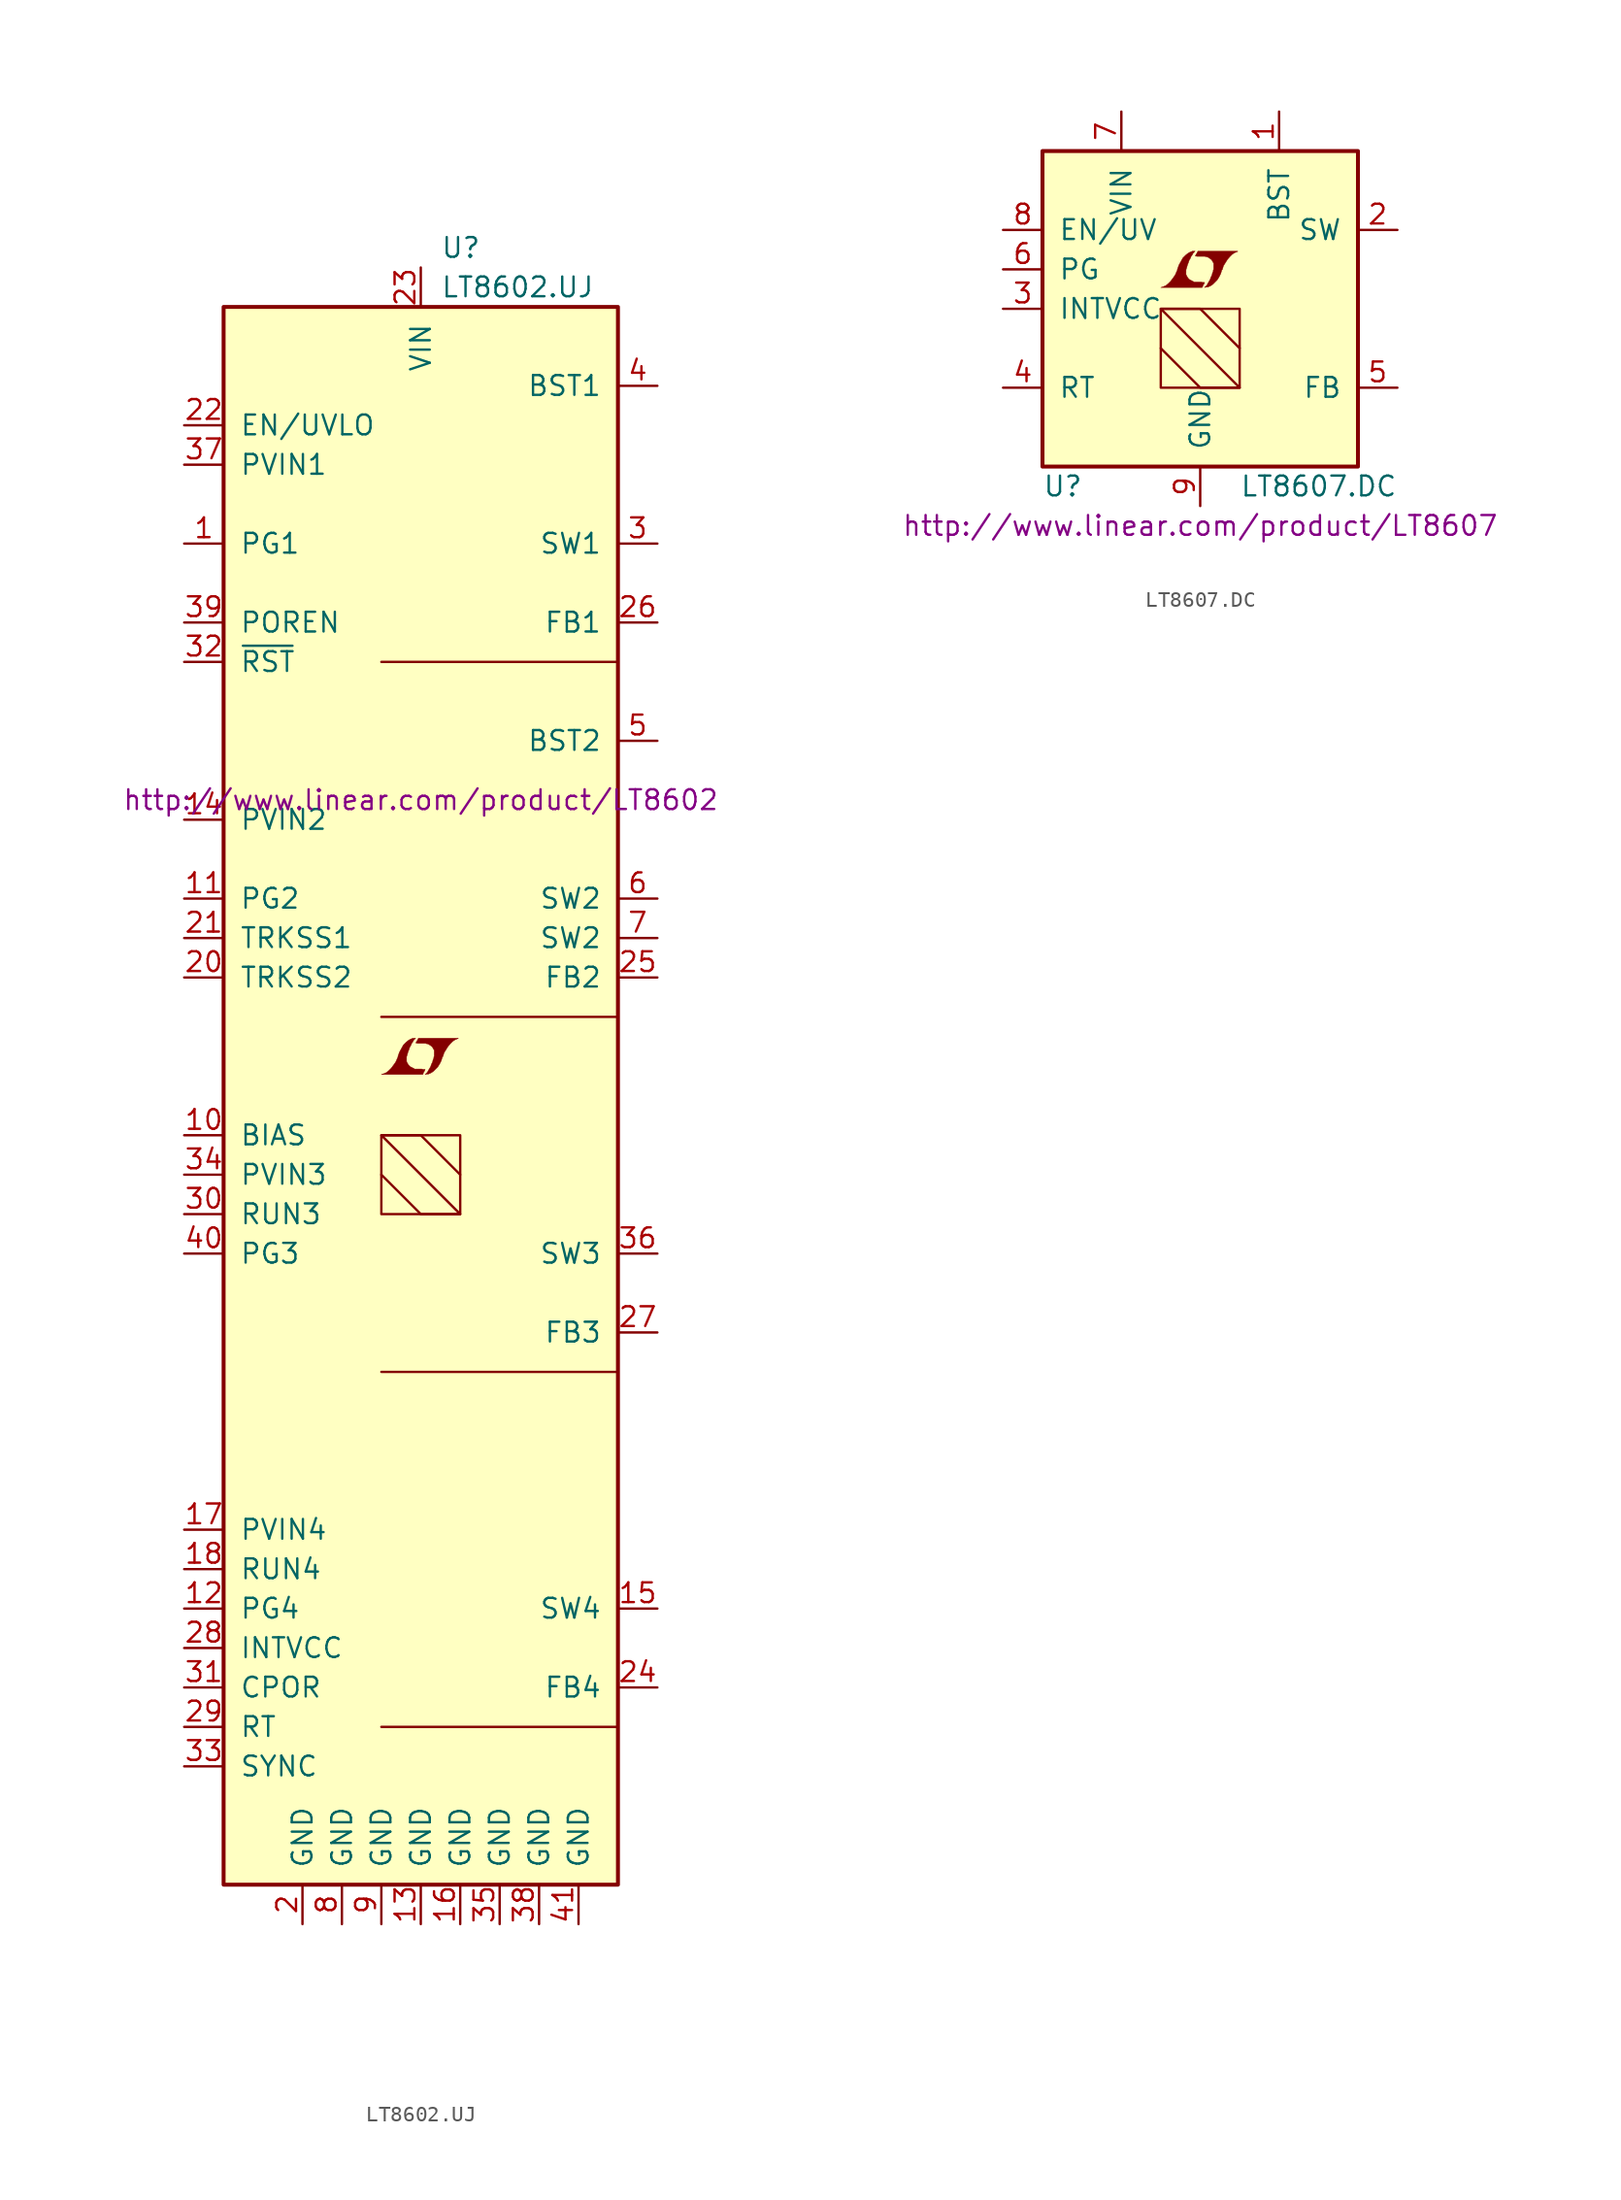
<source format=kicad_sym>
(kicad_symbol_lib
  (version 20201005)
  (generator kicad_symbol_editor)
  (symbol "LT8602.UJ"
    (pin_names
      (offset 1.016))
    (property "Reference" "U"
      (at 1.27 54.61 0)
      (effects (font (size 1.27 1.27)) (justify left)))
    (property "Value" "LT8602.UJ"
      (at 1.27 52.07 0)
      (effects (font (size 1.27 1.27)) (justify left)))
    (property "Datasheet" "http://www.linear.com/product/LT8602"
      (at 0 19.05 0)
      (effects (font (size 1.27 1.27))))
    (symbol "LT8602.UJ_0_0"
      (polyline (pts (xy 0.203 1.549) (xy 0.229 1.575) (xy 0.279 1.676) (xy 0.279 1.702) (xy 0.152 1.702) (xy 0.051 1.727) (xy -0.406 1.727) (xy -0.432 1.753) (xy -0.686 1.88) (xy -0.787 1.981) (xy -0.864 2.108) (xy -0.914 2.21) (xy -0.914 2.515) (xy -0.864 2.667) (xy -0.838 2.769) (xy -0.813 2.845) (xy -0.762 2.972) (xy -0.711 3.124) (xy -0.635 3.251) (xy -0.584 3.378) (xy -0.508 3.48) (xy -0.457 3.581) (xy -0.33 3.708) (xy -0.508 3.708) (xy -0.635 3.658) (xy -0.737 3.607) (xy -0.813 3.556) (xy -0.94 3.454) (xy -1.118 3.277) (xy -1.372 2.819) (xy -1.473 2.54) (xy -1.473 2.489) (xy -1.524 2.388) (xy -1.575 2.261) (xy -1.626 2.159) (xy -1.753 1.981) (xy -1.905 1.778) (xy -2.057 1.626) (xy -2.21 1.499) (xy -2.388 1.422) (xy -2.54 1.372) (xy 0.127 1.372) (xy 0.203 1.549)) (stroke (width 0.025)) (fill (type outline)))
      (polyline (pts (xy 0.406 1.397) (xy 0.483 1.397) (xy 0.66 1.473) (xy 0.813 1.575) (xy 1.092 1.854) (xy 1.219 2.057) (xy 1.321 2.261) (xy 1.397 2.515) (xy 1.422 2.515) (xy 1.499 2.769) (xy 1.753 3.175) (xy 1.905 3.353) (xy 2.057 3.505) (xy 2.21 3.607) (xy 2.388 3.683) (xy 2.413 3.683) (xy 2.413 3.708) (xy -0.152 3.708) (xy -0.229 3.556) (xy -0.254 3.531) (xy -0.305 3.429) (xy -0.33 3.404) (xy -0.279 3.404) (xy -0.229 3.378) (xy 0.305 3.378) (xy 0.356 3.353) (xy 0.406 3.353) (xy 0.483 3.327) (xy 0.61 3.251) (xy 0.737 3.15) (xy 0.813 3.023) (xy 0.838 2.972) (xy 0.864 2.946) (xy 0.864 2.54) (xy 0.838 2.489) (xy 0.838 2.413) (xy 0.787 2.311) (xy 0.762 2.184) (xy 0.686 2.032) (xy 0.635 1.88) (xy 0.483 1.626) (xy 0.432 1.524) (xy 0.279 1.372) (xy 0.406 1.397)) (stroke (width 0.025)) (fill (type outline))))
    (symbol "LT8602.UJ_0_1"
      (rectangle (start -12.7 50.8) (end 12.7 -50.8) (stroke (width 0.254)) (fill (type background)))
      (rectangle (start -2.54 -2.54) (end 2.54 -7.62) (stroke (width 0)) (fill (type none)))
      (polyline (pts (xy 12.7 -40.64) (xy -2.54 -40.64)) (stroke (width 0)) (fill (type none)))
      (polyline (pts (xy 12.7 -17.78) (xy -2.54 -17.78)) (stroke (width 0)) (fill (type none)))
      (polyline (pts (xy 12.7 5.08) (xy -2.54 5.08)) (stroke (width 0)) (fill (type none)))
      (polyline (pts (xy 12.7 27.94) (xy -2.54 27.94)) (stroke (width 0)) (fill (type none)))
      (polyline (pts (xy -2.54 -5.08) (xy 0 -7.62) (xy 2.54 -7.62) (xy -2.54 -2.54) (xy 0 -2.54) (xy 2.54 -5.08)) (stroke (width 0)) (fill (type none))))
    (symbol "LT8602.UJ_1_1"
      (pin open_collector line (at -15.24 35.56 0) (length 2.54) (name "PG1" (effects (font (size 1.27 1.27)))) (number "1" (effects (font (size 1.27 1.27)))))
      (pin passive line (at -15.24 -2.54 0) (length 2.54) (name "BIAS" (effects (font (size 1.27 1.27)))) (number "10" (effects (font (size 1.27 1.27)))))
      (pin open_collector line (at -15.24 12.7 0) (length 2.54) (name "PG2" (effects (font (size 1.27 1.27)))) (number "11" (effects (font (size 1.27 1.27)))))
      (pin open_collector line (at -15.24 -33.02 0) (length 2.54) (name "PG4" (effects (font (size 1.27 1.27)))) (number "12" (effects (font (size 1.27 1.27)))))
      (pin power_in line (at 0 -53.34 90) (length 2.54) (name "GND" (effects (font (size 1.27 1.27)))) (number "13" (effects (font (size 1.27 1.27)))))
      (pin power_in line (at -15.24 17.78 0) (length 2.54) (name "PVIN2" (effects (font (size 1.27 1.27)))) (number "14" (effects (font (size 1.27 1.27)))))
      (pin power_out line (at 15.24 -33.02 180) (length 2.54) (name "SW4" (effects (font (size 1.27 1.27)))) (number "15" (effects (font (size 1.27 1.27)))))
      (pin power_in line (at 2.54 -53.34 90) (length 2.54) (name "GND" (effects (font (size 1.27 1.27)))) (number "16" (effects (font (size 1.27 1.27)))))
      (pin power_in line (at -15.24 -27.94 0) (length 2.54) (name "PVIN4" (effects (font (size 1.27 1.27)))) (number "17" (effects (font (size 1.27 1.27)))))
      (pin input line (at -15.24 -30.48 0) (length 2.54) (name "RUN4" (effects (font (size 1.27 1.27)))) (number "18" (effects (font (size 1.27 1.27)))))
      (pin unconnected line (at -15.24 -45.72 0) (length 2.54) hide (name "NC" (effects (font (size 1.27 1.27)))) (number "19" (effects (font (size 1.27 1.27)))))
      (pin power_in line (at -7.62 -53.34 90) (length 2.54) (name "GND" (effects (font (size 1.27 1.27)))) (number "2" (effects (font (size 1.27 1.27)))))
      (pin passive line (at -15.24 7.62 0) (length 2.54) (name "TRKSS2" (effects (font (size 1.27 1.27)))) (number "20" (effects (font (size 1.27 1.27)))))
      (pin passive line (at -15.24 10.16 0) (length 2.54) (name "TRKSS1" (effects (font (size 1.27 1.27)))) (number "21" (effects (font (size 1.27 1.27)))))
      (pin input line (at -15.24 43.18 0) (length 2.54) (name "EN/UVLO" (effects (font (size 1.27 1.27)))) (number "22" (effects (font (size 1.27 1.27)))))
      (pin power_in line (at 0 53.34 270) (length 2.54) (name "VIN" (effects (font (size 1.27 1.27)))) (number "23" (effects (font (size 1.27 1.27)))))
      (pin input line (at 15.24 -38.1 180) (length 2.54) (name "FB4" (effects (font (size 1.27 1.27)))) (number "24" (effects (font (size 1.27 1.27)))))
      (pin input line (at 15.24 7.62 180) (length 2.54) (name "FB2" (effects (font (size 1.27 1.27)))) (number "25" (effects (font (size 1.27 1.27)))))
      (pin input line (at 15.24 30.48 180) (length 2.54) (name "FB1" (effects (font (size 1.27 1.27)))) (number "26" (effects (font (size 1.27 1.27)))))
      (pin input line (at 15.24 -15.24 180) (length 2.54) (name "FB3" (effects (font (size 1.27 1.27)))) (number "27" (effects (font (size 1.27 1.27)))))
      (pin passive line (at -15.24 -35.56 0) (length 2.54) (name "INTVCC" (effects (font (size 1.27 1.27)))) (number "28" (effects (font (size 1.27 1.27)))))
      (pin passive line (at -15.24 -40.64 0) (length 2.54) (name "RT" (effects (font (size 1.27 1.27)))) (number "29" (effects (font (size 1.27 1.27)))))
      (pin power_out line (at 15.24 35.56 180) (length 2.54) (name "SW1" (effects (font (size 1.27 1.27)))) (number "3" (effects (font (size 1.27 1.27)))))
      (pin input line (at -15.24 -7.62 0) (length 2.54) (name "RUN3" (effects (font (size 1.27 1.27)))) (number "30" (effects (font (size 1.27 1.27)))))
      (pin passive line (at -15.24 -38.1 0) (length 2.54) (name "CPOR" (effects (font (size 1.27 1.27)))) (number "31" (effects (font (size 1.27 1.27)))))
      (pin open_collector line (at -15.24 27.94 0) (length 2.54) (name "~RST~" (effects (font (size 1.27 1.27)))) (number "32" (effects (font (size 1.27 1.27)))))
      (pin input line (at -15.24 -43.18 0) (length 2.54) (name "SYNC" (effects (font (size 1.27 1.27)))) (number "33" (effects (font (size 1.27 1.27)))))
      (pin power_in line (at -15.24 -5.08 0) (length 2.54) (name "PVIN3" (effects (font (size 1.27 1.27)))) (number "34" (effects (font (size 1.27 1.27)))))
      (pin power_in line (at 5.08 -53.34 90) (length 2.54) (name "GND" (effects (font (size 1.27 1.27)))) (number "35" (effects (font (size 1.27 1.27)))))
      (pin power_out line (at 15.24 -10.16 180) (length 2.54) (name "SW3" (effects (font (size 1.27 1.27)))) (number "36" (effects (font (size 1.27 1.27)))))
      (pin power_in line (at -15.24 40.64 0) (length 2.54) (name "PVIN1" (effects (font (size 1.27 1.27)))) (number "37" (effects (font (size 1.27 1.27)))))
      (pin power_in line (at 7.62 -53.34 90) (length 2.54) (name "GND" (effects (font (size 1.27 1.27)))) (number "38" (effects (font (size 1.27 1.27)))))
      (pin input line (at -15.24 30.48 0) (length 2.54) (name "POREN" (effects (font (size 1.27 1.27)))) (number "39" (effects (font (size 1.27 1.27)))))
      (pin passive line (at 15.24 45.72 180) (length 2.54) (name "BST1" (effects (font (size 1.27 1.27)))) (number "4" (effects (font (size 1.27 1.27)))))
      (pin open_collector line (at -15.24 -10.16 0) (length 2.54) (name "PG3" (effects (font (size 1.27 1.27)))) (number "40" (effects (font (size 1.27 1.27)))))
      (pin power_in line (at 10.16 -53.34 90) (length 2.54) (name "GND" (effects (font (size 1.27 1.27)))) (number "41" (effects (font (size 1.27 1.27)))))
      (pin passive line (at 15.24 22.86 180) (length 2.54) (name "BST2" (effects (font (size 1.27 1.27)))) (number "5" (effects (font (size 1.27 1.27)))))
      (pin power_out line (at 15.24 12.7 180) (length 2.54) (name "SW2" (effects (font (size 1.27 1.27)))) (number "6" (effects (font (size 1.27 1.27)))))
      (pin power_out line (at 15.24 10.16 180) (length 2.54) (name "SW2" (effects (font (size 1.27 1.27)))) (number "7" (effects (font (size 1.27 1.27)))))
      (pin power_in line (at -5.08 -53.34 90) (length 2.54) (name "GND" (effects (font (size 1.27 1.27)))) (number "8" (effects (font (size 1.27 1.27)))))
      (pin power_in line (at -2.54 -53.34 90) (length 2.54) (name "GND" (effects (font (size 1.27 1.27)))) (number "9" (effects (font (size 1.27 1.27)))))))
  (symbol "LT8607.DC"
    (pin_names
      (offset 1.016))
    (property "Reference" "U"
      (at -10.16 -11.43 0)
      (effects (font (size 1.27 1.27)) (justify left)))
    (property "Value" "LT8607.DC"
      (at 2.54 -11.43 0)
      (effects (font (size 1.27 1.27)) (justify left)))
    (property "Datasheet" "http://www.linear.com/product/LT8607"
      (at 0 -13.97 0)
      (effects (font (size 1.27 1.27))))
    (symbol "LT8607.DC_0_0"
      (polyline (pts (xy 0.203 1.549) (xy 0.229 1.575) (xy 0.279 1.676) (xy 0.279 1.702) (xy 0.152 1.702) (xy 0.051 1.727) (xy -0.406 1.727) (xy -0.432 1.753) (xy -0.686 1.88) (xy -0.787 1.981) (xy -0.864 2.108) (xy -0.914 2.21) (xy -0.914 2.515) (xy -0.864 2.667) (xy -0.838 2.769) (xy -0.813 2.845) (xy -0.762 2.972) (xy -0.711 3.124) (xy -0.635 3.251) (xy -0.584 3.378) (xy -0.508 3.48) (xy -0.457 3.581) (xy -0.33 3.708) (xy -0.508 3.708) (xy -0.635 3.658) (xy -0.737 3.607) (xy -0.813 3.556) (xy -0.94 3.454) (xy -1.118 3.277) (xy -1.372 2.819) (xy -1.473 2.54) (xy -1.473 2.489) (xy -1.524 2.388) (xy -1.575 2.261) (xy -1.626 2.159) (xy -1.753 1.981) (xy -1.905 1.778) (xy -2.057 1.626) (xy -2.21 1.499) (xy -2.388 1.422) (xy -2.54 1.372) (xy 0.127 1.372) (xy 0.203 1.549)) (stroke (width 0.025)) (fill (type outline)))
      (polyline (pts (xy 0.406 1.397) (xy 0.483 1.397) (xy 0.66 1.473) (xy 0.813 1.575) (xy 1.092 1.854) (xy 1.219 2.057) (xy 1.321 2.261) (xy 1.397 2.515) (xy 1.422 2.515) (xy 1.499 2.769) (xy 1.753 3.175) (xy 1.905 3.353) (xy 2.057 3.505) (xy 2.21 3.607) (xy 2.388 3.683) (xy 2.413 3.683) (xy 2.413 3.708) (xy -0.152 3.708) (xy -0.229 3.556) (xy -0.254 3.531) (xy -0.305 3.429) (xy -0.33 3.404) (xy -0.279 3.404) (xy -0.229 3.378) (xy 0.305 3.378) (xy 0.356 3.353) (xy 0.406 3.353) (xy 0.483 3.327) (xy 0.61 3.251) (xy 0.737 3.15) (xy 0.813 3.023) (xy 0.838 2.972) (xy 0.864 2.946) (xy 0.864 2.54) (xy 0.838 2.489) (xy 0.838 2.413) (xy 0.787 2.311) (xy 0.762 2.184) (xy 0.686 2.032) (xy 0.635 1.88) (xy 0.483 1.626) (xy 0.432 1.524) (xy 0.279 1.372) (xy 0.406 1.397)) (stroke (width 0.025)) (fill (type outline))))
    (symbol "LT8607.DC_0_1"
      (rectangle (start -10.16 10.16) (end 10.16 -10.16) (stroke (width 0.254)) (fill (type background)))
      (rectangle (start -2.54 0) (end 2.54 -5.08) (stroke (width 0)) (fill (type none)))
      (polyline (pts (xy -2.54 -2.54) (xy 0 -5.08) (xy 2.54 -5.08) (xy -2.54 0) (xy 0 0) (xy 2.54 -2.54)) (stroke (width 0)) (fill (type none))))
    (symbol "LT8607.DC_1_1"
      (pin passive line (at 5.08 12.7 270) (length 2.54) (name "BST" (effects (font (size 1.27 1.27)))) (number "1" (effects (font (size 1.27 1.27)))))
      (pin power_in line (at 12.7 5.08 180) (length 2.54) (name "SW" (effects (font (size 1.27 1.27)))) (number "2" (effects (font (size 1.27 1.27)))))
      (pin passive line (at -12.7 0 0) (length 2.54) (name "INTVCC" (effects (font (size 1.27 1.27)))) (number "3" (effects (font (size 1.27 1.27)))))
      (pin passive line (at -12.7 -5.08 0) (length 2.54) (name "RT" (effects (font (size 1.27 1.27)))) (number "4" (effects (font (size 1.27 1.27)))))
      (pin input line (at 12.7 -5.08 180) (length 2.54) (name "FB" (effects (font (size 1.27 1.27)))) (number "5" (effects (font (size 1.27 1.27)))))
      (pin open_collector line (at -12.7 2.54 0) (length 2.54) (name "PG" (effects (font (size 1.27 1.27)))) (number "6" (effects (font (size 1.27 1.27)))))
      (pin power_in line (at -5.08 12.7 270) (length 2.54) (name "VIN" (effects (font (size 1.27 1.27)))) (number "7" (effects (font (size 1.27 1.27)))))
      (pin input line (at -12.7 5.08 0) (length 2.54) (name "EN/UV" (effects (font (size 1.27 1.27)))) (number "8" (effects (font (size 1.27 1.27)))))
      (pin power_in line (at 0 -12.7 90) (length 2.54) (name "GND" (effects (font (size 1.27 1.27)))) (number "9" (effects (font (size 1.27 1.27))))))))
</source>
